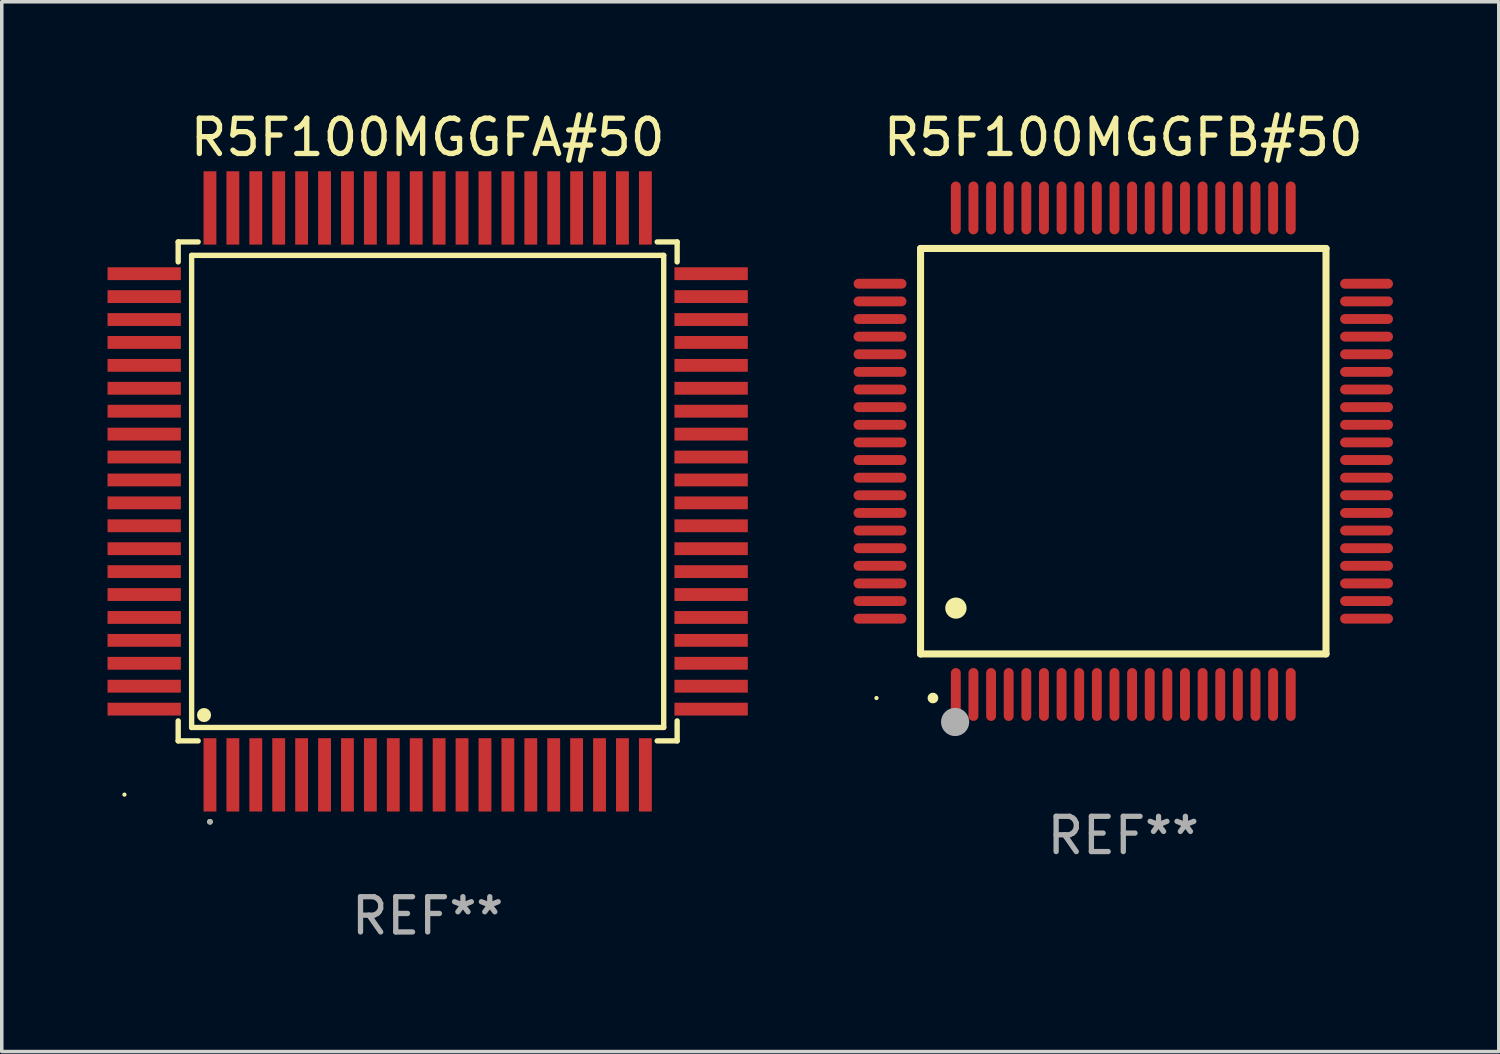
<source format=kicad_pcb>
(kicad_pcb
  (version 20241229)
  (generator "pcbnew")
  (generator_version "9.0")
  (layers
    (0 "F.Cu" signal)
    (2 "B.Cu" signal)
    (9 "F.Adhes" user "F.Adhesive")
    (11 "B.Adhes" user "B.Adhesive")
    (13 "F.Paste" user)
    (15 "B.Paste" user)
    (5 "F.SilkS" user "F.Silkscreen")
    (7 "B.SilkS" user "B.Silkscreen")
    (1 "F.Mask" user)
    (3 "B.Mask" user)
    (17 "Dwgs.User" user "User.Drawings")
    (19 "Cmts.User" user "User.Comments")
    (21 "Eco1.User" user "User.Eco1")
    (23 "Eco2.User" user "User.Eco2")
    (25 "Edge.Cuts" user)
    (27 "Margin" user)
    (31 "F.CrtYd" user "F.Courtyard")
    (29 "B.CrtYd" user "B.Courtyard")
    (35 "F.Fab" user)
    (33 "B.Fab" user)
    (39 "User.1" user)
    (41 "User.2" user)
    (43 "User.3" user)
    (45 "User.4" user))
  (footprint "R5F100MGGFB#50"
    (layer "F.Cu")
    (at 28.81 9.748)
    (property "Reference" "R5F100MGGFB#50" (at 0 -8.9 0) (layer "F.SilkS") (effects (font (size 1 1) (thickness 0.15))))
    (attr through_hole)
    (fp_line (start -5.75 -5.75) (end 5.75 -5.75) (stroke (width 0.2) (type solid)) (layer "F.SilkS"))
    (fp_line (start -5.75 5.75) (end -5.75 -5.75) (stroke (width 0.2) (type solid)) (layer "F.SilkS"))
    (fp_line (start 5.75 -5.75) (end 5.75 5.75) (stroke (width 0.2) (type solid)) (layer "F.SilkS"))
    (fp_line (start 5.75 5.75) (end -5.75 5.75) (stroke (width 0.2) (type solid)) (layer "F.SilkS"))
    (fp_arc (start -5.400051 7.000254) (mid -5.398781 7.000249) (end -5.397511 7.000254) (stroke (width 0.3) (type solid)) (layer "F.SilkS"))
    (fp_arc (start -4.749809 4.450089) (mid -4.747269 4.450078) (end -4.744729 4.450089) (stroke (width 0.6) (type solid)) (layer "F.SilkS"))
    (fp_circle (center -7 7) (end -6.97 7) (stroke (width 0.06) (type solid)) (fill no) (layer "F.SilkS"))
    (fp_circle (center -4.77 7.68) (end -4.57 7.68) (stroke (width 0.4) (type solid)) (fill no) (layer "F.Fab"))
    (fp_text user "REF**" (at 0 10.9 0) (layer "F.Fab") (effects (font (size 1 1) (thickness 0.15))))
    (pad "1" smd oval (at -4.75 6.9) (size 0.28 1.5) (layers "F.Cu" "F.Mask" "F.Paste"))
    (pad "2" smd oval (at -4.25 6.9) (size 0.28 1.5) (layers "F.Cu" "F.Mask" "F.Paste"))
    (pad "3" smd oval (at -3.75 6.9) (size 0.28 1.5) (layers "F.Cu" "F.Mask" "F.Paste"))
    (pad "4" smd oval (at -3.25 6.9) (size 0.28 1.5) (layers "F.Cu" "F.Mask" "F.Paste"))
    (pad "5" smd oval (at -2.75 6.9) (size 0.28 1.5) (layers "F.Cu" "F.Mask" "F.Paste"))
    (pad "6" smd oval (at -2.25 6.9) (size 0.28 1.5) (layers "F.Cu" "F.Mask" "F.Paste"))
    (pad "7" smd oval (at -1.75 6.9) (size 0.28 1.5) (layers "F.Cu" "F.Mask" "F.Paste"))
    (pad "8" smd oval (at -1.25 6.9) (size 0.28 1.5) (layers "F.Cu" "F.Mask" "F.Paste"))
    (pad "9" smd oval (at -0.75 6.9) (size 0.28 1.5) (layers "F.Cu" "F.Mask" "F.Paste"))
    (pad "10" smd oval (at -0.25 6.9) (size 0.28 1.5) (layers "F.Cu" "F.Mask" "F.Paste"))
    (pad "11" smd oval (at 0.25 6.9) (size 0.28 1.5) (layers "F.Cu" "F.Mask" "F.Paste"))
    (pad "12" smd oval (at 0.75 6.9) (size 0.28 1.5) (layers "F.Cu" "F.Mask" "F.Paste"))
    (pad "13" smd oval (at 1.25 6.9) (size 0.28 1.5) (layers "F.Cu" "F.Mask" "F.Paste"))
    (pad "14" smd oval (at 1.75 6.9) (size 0.28 1.5) (layers "F.Cu" "F.Mask" "F.Paste"))
    (pad "15" smd oval (at 2.25 6.9) (size 0.28 1.5) (layers "F.Cu" "F.Mask" "F.Paste"))
    (pad "16" smd oval (at 2.75 6.9) (size 0.28 1.5) (layers "F.Cu" "F.Mask" "F.Paste"))
    (pad "17" smd oval (at 3.25 6.9) (size 0.28 1.5) (layers "F.Cu" "F.Mask" "F.Paste"))
    (pad "18" smd oval (at 3.75 6.9) (size 0.28 1.5) (layers "F.Cu" "F.Mask" "F.Paste"))
    (pad "19" smd oval (at 4.25 6.9) (size 0.28 1.5) (layers "F.Cu" "F.Mask" "F.Paste"))
    (pad "20" smd oval (at 4.75 6.9) (size 0.28 1.5) (layers "F.Cu" "F.Mask" "F.Paste"))
    (pad "21" smd oval (at 6.9 4.75) (size 1.5 0.28) (layers "F.Cu" "F.Mask" "F.Paste"))
    (pad "22" smd oval (at 6.9 4.25) (size 1.5 0.28) (layers "F.Cu" "F.Mask" "F.Paste"))
    (pad "23" smd oval (at 6.9 3.75) (size 1.5 0.28) (layers "F.Cu" "F.Mask" "F.Paste"))
    (pad "24" smd oval (at 6.9 3.25) (size 1.5 0.28) (layers "F.Cu" "F.Mask" "F.Paste"))
    (pad "25" smd oval (at 6.9 2.75) (size 1.5 0.28) (layers "F.Cu" "F.Mask" "F.Paste"))
    (pad "26" smd oval (at 6.9 2.25) (size 1.5 0.28) (layers "F.Cu" "F.Mask" "F.Paste"))
    (pad "27" smd oval (at 6.9 1.75) (size 1.5 0.28) (layers "F.Cu" "F.Mask" "F.Paste"))
    (pad "28" smd oval (at 6.9 1.25) (size 1.5 0.28) (layers "F.Cu" "F.Mask" "F.Paste"))
    (pad "29" smd oval (at 6.9 0.75) (size 1.5 0.28) (layers "F.Cu" "F.Mask" "F.Paste"))
    (pad "30" smd oval (at 6.9 0.25) (size 1.5 0.28) (layers "F.Cu" "F.Mask" "F.Paste"))
    (pad "31" smd oval (at 6.9 -0.25) (size 1.5 0.28) (layers "F.Cu" "F.Mask" "F.Paste"))
    (pad "32" smd oval (at 6.9 -0.75) (size 1.5 0.28) (layers "F.Cu" "F.Mask" "F.Paste"))
    (pad "33" smd oval (at 6.9 -1.25) (size 1.5 0.28) (layers "F.Cu" "F.Mask" "F.Paste"))
    (pad "34" smd oval (at 6.9 -1.75) (size 1.5 0.28) (layers "F.Cu" "F.Mask" "F.Paste"))
    (pad "35" smd oval (at 6.9 -2.25) (size 1.5 0.28) (layers "F.Cu" "F.Mask" "F.Paste"))
    (pad "36" smd oval (at 6.9 -2.75) (size 1.5 0.28) (layers "F.Cu" "F.Mask" "F.Paste"))
    (pad "37" smd oval (at 6.9 -3.25) (size 1.5 0.28) (layers "F.Cu" "F.Mask" "F.Paste"))
    (pad "38" smd oval (at 6.9 -3.75) (size 1.5 0.28) (layers "F.Cu" "F.Mask" "F.Paste"))
    (pad "39" smd oval (at 6.9 -4.25) (size 1.5 0.28) (layers "F.Cu" "F.Mask" "F.Paste"))
    (pad "40" smd oval (at 6.9 -4.75) (size 1.5 0.28) (layers "F.Cu" "F.Mask" "F.Paste"))
    (pad "41" smd oval (at 4.75 -6.9) (size 0.28 1.5) (layers "F.Cu" "F.Mask" "F.Paste"))
    (pad "42" smd oval (at 4.25 -6.9) (size 0.28 1.5) (layers "F.Cu" "F.Mask" "F.Paste"))
    (pad "43" smd oval (at 3.75 -6.9) (size 0.28 1.5) (layers "F.Cu" "F.Mask" "F.Paste"))
    (pad "44" smd oval (at 3.25 -6.9) (size 0.28 1.5) (layers "F.Cu" "F.Mask" "F.Paste"))
    (pad "45" smd oval (at 2.75 -6.9) (size 0.28 1.5) (layers "F.Cu" "F.Mask" "F.Paste"))
    (pad "46" smd oval (at 2.25 -6.9) (size 0.28 1.5) (layers "F.Cu" "F.Mask" "F.Paste"))
    (pad "47" smd oval (at 1.75 -6.9) (size 0.28 1.5) (layers "F.Cu" "F.Mask" "F.Paste"))
    (pad "48" smd oval (at 1.25 -6.9) (size 0.28 1.5) (layers "F.Cu" "F.Mask" "F.Paste"))
    (pad "49" smd oval (at 0.75 -6.9) (size 0.28 1.5) (layers "F.Cu" "F.Mask" "F.Paste"))
    (pad "50" smd oval (at 0.25 -6.9) (size 0.28 1.5) (layers "F.Cu" "F.Mask" "F.Paste"))
    (pad "51" smd oval (at -0.25 -6.9) (size 0.28 1.5) (layers "F.Cu" "F.Mask" "F.Paste"))
    (pad "52" smd oval (at -0.75 -6.9) (size 0.28 1.5) (layers "F.Cu" "F.Mask" "F.Paste"))
    (pad "53" smd oval (at -1.25 -6.9) (size 0.28 1.5) (layers "F.Cu" "F.Mask" "F.Paste"))
    (pad "54" smd oval (at -1.75 -6.9) (size 0.28 1.5) (layers "F.Cu" "F.Mask" "F.Paste"))
    (pad "55" smd oval (at -2.25 -6.9) (size 0.28 1.5) (layers "F.Cu" "F.Mask" "F.Paste"))
    (pad "56" smd oval (at -2.75 -6.9) (size 0.28 1.5) (layers "F.Cu" "F.Mask" "F.Paste"))
    (pad "57" smd oval (at -3.25 -6.9) (size 0.28 1.5) (layers "F.Cu" "F.Mask" "F.Paste"))
    (pad "58" smd oval (at -3.75 -6.9) (size 0.28 1.5) (layers "F.Cu" "F.Mask" "F.Paste"))
    (pad "59" smd oval (at -4.25 -6.9) (size 0.28 1.5) (layers "F.Cu" "F.Mask" "F.Paste"))
    (pad "60" smd oval (at -4.75 -6.9) (size 0.28 1.5) (layers "F.Cu" "F.Mask" "F.Paste"))
    (pad "61" smd oval (at -6.9 -4.75) (size 1.5 0.28) (layers "F.Cu" "F.Mask" "F.Paste"))
    (pad "62" smd oval (at -6.9 -4.25) (size 1.5 0.28) (layers "F.Cu" "F.Mask" "F.Paste"))
    (pad "63" smd oval (at -6.9 -3.75) (size 1.5 0.28) (layers "F.Cu" "F.Mask" "F.Paste"))
    (pad "64" smd oval (at -6.9 -3.25) (size 1.5 0.28) (layers "F.Cu" "F.Mask" "F.Paste"))
    (pad "65" smd oval (at -6.9 -2.75) (size 1.5 0.28) (layers "F.Cu" "F.Mask" "F.Paste"))
    (pad "66" smd oval (at -6.9 -2.25) (size 1.5 0.28) (layers "F.Cu" "F.Mask" "F.Paste"))
    (pad "67" smd oval (at -6.9 -1.75) (size 1.5 0.28) (layers "F.Cu" "F.Mask" "F.Paste"))
    (pad "68" smd oval (at -6.9 -1.25) (size 1.5 0.28) (layers "F.Cu" "F.Mask" "F.Paste"))
    (pad "69" smd oval (at -6.9 -0.75) (size 1.5 0.28) (layers "F.Cu" "F.Mask" "F.Paste"))
    (pad "70" smd oval (at -6.9 -0.25) (size 1.5 0.28) (layers "F.Cu" "F.Mask" "F.Paste"))
    (pad "71" smd oval (at -6.9 0.25) (size 1.5 0.28) (layers "F.Cu" "F.Mask" "F.Paste"))
    (pad "72" smd oval (at -6.9 0.75) (size 1.5 0.28) (layers "F.Cu" "F.Mask" "F.Paste"))
    (pad "73" smd oval (at -6.9 1.25) (size 1.5 0.28) (layers "F.Cu" "F.Mask" "F.Paste"))
    (pad "74" smd oval (at -6.9 1.75) (size 1.5 0.28) (layers "F.Cu" "F.Mask" "F.Paste"))
    (pad "75" smd oval (at -6.9 2.25) (size 1.5 0.28) (layers "F.Cu" "F.Mask" "F.Paste"))
    (pad "76" smd oval (at -6.9 2.75) (size 1.5 0.28) (layers "F.Cu" "F.Mask" "F.Paste"))
    (pad "77" smd oval (at -6.9 3.25) (size 1.5 0.28) (layers "F.Cu" "F.Mask" "F.Paste"))
    (pad "78" smd oval (at -6.9 3.75) (size 1.5 0.28) (layers "F.Cu" "F.Mask" "F.Paste"))
    (pad "79" smd oval (at -6.9 4.25) (size 1.5 0.28) (layers "F.Cu" "F.Mask" "F.Paste"))
    (pad "80" smd oval (at -6.9 4.75) (size 1.5 0.28) (layers "F.Cu" "F.Mask" "F.Paste")))
  (footprint "R5F100MGGFA#50"
    (layer "F.Cu")
    (at 9.08 10.888)
    (property "Reference" "R5F100MGGFA#50" (at 0 -10.04 0) (layer "F.SilkS") (effects (font (size 1 1) (thickness 0.15))))
    (attr through_hole)
    (fp_line (start -7.076 -7.076) (end -7.076 -6.509) (stroke (width 0.152) (type solid)) (layer "F.SilkS"))
    (fp_line (start -7.076 7.076) (end -7.076 6.509) (stroke (width 0.152) (type solid)) (layer "F.SilkS"))
    (fp_line (start -6.695 -6.695) (end 6.695 -6.695) (stroke (width 0.152) (type solid)) (layer "F.SilkS"))
    (fp_line (start -6.695 6.695) (end -6.695 -6.695) (stroke (width 0.152) (type solid)) (layer "F.SilkS"))
    (fp_line (start -6.509 -7.076) (end -7.076 -7.076) (stroke (width 0.152) (type solid)) (layer "F.SilkS"))
    (fp_line (start -6.509 7.076) (end -7.076 7.076) (stroke (width 0.152) (type solid)) (layer "F.SilkS"))
    (fp_line (start 6.509 -7.076) (end 7.076 -7.076) (stroke (width 0.152) (type solid)) (layer "F.SilkS"))
    (fp_line (start 6.509 7.076) (end 7.076 7.076) (stroke (width 0.152) (type solid)) (layer "F.SilkS"))
    (fp_line (start 6.695 -6.695) (end 6.695 6.695) (stroke (width 0.152) (type solid)) (layer "F.SilkS"))
    (fp_line (start 6.695 6.695) (end -6.695 6.695) (stroke (width 0.152) (type solid)) (layer "F.SilkS"))
    (fp_line (start 7.076 -7.076) (end 7.076 -6.509) (stroke (width 0.152) (type solid)) (layer "F.SilkS"))
    (fp_line (start 7.076 7.076) (end 7.076 6.509) (stroke (width 0.152) (type solid)) (layer "F.SilkS"))
    (fp_circle (center -8.6 8.6) (end -8.57 8.6) (stroke (width 0.06) (type solid)) (fill no) (layer "F.SilkS"))
    (fp_circle (center -6.343 6.343) (end -6.243 6.343) (stroke (width 0.2) (type solid)) (fill no) (layer "F.SilkS"))
    (fp_circle (center -6.175 9.371) (end -6.135 9.371) (stroke (width 0.08) (type solid)) (fill no) (layer "F.SilkS"))
    (fp_circle (center -6.175 9.371) (end -6.135 9.371) (stroke (width 0.08) (type solid)) (fill no) (layer "F.Fab"))
    (fp_text user "REF**" (at 0 12.04 0) (layer "F.Fab") (effects (font (size 1 1) (thickness 0.15))))
    (pad "1" smd rect (at -6.175 8.04) (size 0.364 2.08) (layers "F.Cu" "F.Mask" "F.Paste"))
    (pad "2" smd rect (at -5.525 8.04) (size 0.364 2.08) (layers "F.Cu" "F.Mask" "F.Paste"))
    (pad "3" smd rect (at -4.875 8.04) (size 0.364 2.08) (layers "F.Cu" "F.Mask" "F.Paste"))
    (pad "4" smd rect (at -4.225 8.04) (size 0.364 2.08) (layers "F.Cu" "F.Mask" "F.Paste"))
    (pad "5" smd rect (at -3.575 8.04) (size 0.364 2.08) (layers "F.Cu" "F.Mask" "F.Paste"))
    (pad "6" smd rect (at -2.925 8.04) (size 0.364 2.08) (layers "F.Cu" "F.Mask" "F.Paste"))
    (pad "7" smd rect (at -2.275 8.04) (size 0.364 2.08) (layers "F.Cu" "F.Mask" "F.Paste"))
    (pad "8" smd rect (at -1.625 8.04) (size 0.364 2.08) (layers "F.Cu" "F.Mask" "F.Paste"))
    (pad "9" smd rect (at -0.975 8.04) (size 0.364 2.08) (layers "F.Cu" "F.Mask" "F.Paste"))
    (pad "10" smd rect (at -0.325 8.04) (size 0.364 2.08) (layers "F.Cu" "F.Mask" "F.Paste"))
    (pad "11" smd rect (at 0.325 8.04) (size 0.364 2.08) (layers "F.Cu" "F.Mask" "F.Paste"))
    (pad "12" smd rect (at 0.975 8.04) (size 0.364 2.08) (layers "F.Cu" "F.Mask" "F.Paste"))
    (pad "13" smd rect (at 1.625 8.04) (size 0.364 2.08) (layers "F.Cu" "F.Mask" "F.Paste"))
    (pad "14" smd rect (at 2.275 8.04) (size 0.364 2.08) (layers "F.Cu" "F.Mask" "F.Paste"))
    (pad "15" smd rect (at 2.925 8.04) (size 0.364 2.08) (layers "F.Cu" "F.Mask" "F.Paste"))
    (pad "16" smd rect (at 3.575 8.04) (size 0.364 2.08) (layers "F.Cu" "F.Mask" "F.Paste"))
    (pad "17" smd rect (at 4.225 8.04) (size 0.364 2.08) (layers "F.Cu" "F.Mask" "F.Paste"))
    (pad "18" smd rect (at 4.875 8.04) (size 0.364 2.08) (layers "F.Cu" "F.Mask" "F.Paste"))
    (pad "19" smd rect (at 5.525 8.04) (size 0.364 2.08) (layers "F.Cu" "F.Mask" "F.Paste"))
    (pad "20" smd rect (at 6.175 8.04) (size 0.364 2.08) (layers "F.Cu" "F.Mask" "F.Paste"))
    (pad "21" smd rect (at 8.04 6.175) (size 2.08 0.364) (layers "F.Cu" "F.Mask" "F.Paste"))
    (pad "22" smd rect (at 8.04 5.525) (size 2.08 0.364) (layers "F.Cu" "F.Mask" "F.Paste"))
    (pad "23" smd rect (at 8.04 4.875) (size 2.08 0.364) (layers "F.Cu" "F.Mask" "F.Paste"))
    (pad "24" smd rect (at 8.04 4.225) (size 2.08 0.364) (layers "F.Cu" "F.Mask" "F.Paste"))
    (pad "25" smd rect (at 8.04 3.575) (size 2.08 0.364) (layers "F.Cu" "F.Mask" "F.Paste"))
    (pad "26" smd rect (at 8.04 2.925) (size 2.08 0.364) (layers "F.Cu" "F.Mask" "F.Paste"))
    (pad "27" smd rect (at 8.04 2.275) (size 2.08 0.364) (layers "F.Cu" "F.Mask" "F.Paste"))
    (pad "28" smd rect (at 8.04 1.625) (size 2.08 0.364) (layers "F.Cu" "F.Mask" "F.Paste"))
    (pad "29" smd rect (at 8.04 0.975) (size 2.08 0.364) (layers "F.Cu" "F.Mask" "F.Paste"))
    (pad "30" smd rect (at 8.04 0.325) (size 2.08 0.364) (layers "F.Cu" "F.Mask" "F.Paste"))
    (pad "31" smd rect (at 8.04 -0.325) (size 2.08 0.364) (layers "F.Cu" "F.Mask" "F.Paste"))
    (pad "32" smd rect (at 8.04 -0.975) (size 2.08 0.364) (layers "F.Cu" "F.Mask" "F.Paste"))
    (pad "33" smd rect (at 8.04 -1.625) (size 2.08 0.364) (layers "F.Cu" "F.Mask" "F.Paste"))
    (pad "34" smd rect (at 8.04 -2.275) (size 2.08 0.364) (layers "F.Cu" "F.Mask" "F.Paste"))
    (pad "35" smd rect (at 8.04 -2.925) (size 2.08 0.364) (layers "F.Cu" "F.Mask" "F.Paste"))
    (pad "36" smd rect (at 8.04 -3.575) (size 2.08 0.364) (layers "F.Cu" "F.Mask" "F.Paste"))
    (pad "37" smd rect (at 8.04 -4.225) (size 2.08 0.364) (layers "F.Cu" "F.Mask" "F.Paste"))
    (pad "38" smd rect (at 8.04 -4.875) (size 2.08 0.364) (layers "F.Cu" "F.Mask" "F.Paste"))
    (pad "39" smd rect (at 8.04 -5.525) (size 2.08 0.364) (layers "F.Cu" "F.Mask" "F.Paste"))
    (pad "40" smd rect (at 8.04 -6.175) (size 2.08 0.364) (layers "F.Cu" "F.Mask" "F.Paste"))
    (pad "41" smd rect (at 6.175 -8.04) (size 0.364 2.08) (layers "F.Cu" "F.Mask" "F.Paste"))
    (pad "42" smd rect (at 5.525 -8.04) (size 0.364 2.08) (layers "F.Cu" "F.Mask" "F.Paste"))
    (pad "43" smd rect (at 4.875 -8.04) (size 0.364 2.08) (layers "F.Cu" "F.Mask" "F.Paste"))
    (pad "44" smd rect (at 4.225 -8.04) (size 0.364 2.08) (layers "F.Cu" "F.Mask" "F.Paste"))
    (pad "45" smd rect (at 3.575 -8.04) (size 0.364 2.08) (layers "F.Cu" "F.Mask" "F.Paste"))
    (pad "46" smd rect (at 2.925 -8.04) (size 0.364 2.08) (layers "F.Cu" "F.Mask" "F.Paste"))
    (pad "47" smd rect (at 2.275 -8.04) (size 0.364 2.08) (layers "F.Cu" "F.Mask" "F.Paste"))
    (pad "48" smd rect (at 1.625 -8.04) (size 0.364 2.08) (layers "F.Cu" "F.Mask" "F.Paste"))
    (pad "49" smd rect (at 0.975 -8.04) (size 0.364 2.08) (layers "F.Cu" "F.Mask" "F.Paste"))
    (pad "50" smd rect (at 0.325 -8.04) (size 0.364 2.08) (layers "F.Cu" "F.Mask" "F.Paste"))
    (pad "51" smd rect (at -0.325 -8.04) (size 0.364 2.08) (layers "F.Cu" "F.Mask" "F.Paste"))
    (pad "52" smd rect (at -0.975 -8.04) (size 0.364 2.08) (layers "F.Cu" "F.Mask" "F.Paste"))
    (pad "53" smd rect (at -1.625 -8.04) (size 0.364 2.08) (layers "F.Cu" "F.Mask" "F.Paste"))
    (pad "54" smd rect (at -2.275 -8.04) (size 0.364 2.08) (layers "F.Cu" "F.Mask" "F.Paste"))
    (pad "55" smd rect (at -2.925 -8.04) (size 0.364 2.08) (layers "F.Cu" "F.Mask" "F.Paste"))
    (pad "56" smd rect (at -3.575 -8.04) (size 0.364 2.08) (layers "F.Cu" "F.Mask" "F.Paste"))
    (pad "57" smd rect (at -4.225 -8.04) (size 0.364 2.08) (layers "F.Cu" "F.Mask" "F.Paste"))
    (pad "58" smd rect (at -4.875 -8.04) (size 0.364 2.08) (layers "F.Cu" "F.Mask" "F.Paste"))
    (pad "59" smd rect (at -5.525 -8.04) (size 0.364 2.08) (layers "F.Cu" "F.Mask" "F.Paste"))
    (pad "60" smd rect (at -6.175 -8.04) (size 0.364 2.08) (layers "F.Cu" "F.Mask" "F.Paste"))
    (pad "61" smd rect (at -8.04 -6.175) (size 2.08 0.364) (layers "F.Cu" "F.Mask" "F.Paste"))
    (pad "62" smd rect (at -8.04 -5.525) (size 2.08 0.364) (layers "F.Cu" "F.Mask" "F.Paste"))
    (pad "63" smd rect (at -8.04 -4.875) (size 2.08 0.364) (layers "F.Cu" "F.Mask" "F.Paste"))
    (pad "64" smd rect (at -8.04 -4.225) (size 2.08 0.364) (layers "F.Cu" "F.Mask" "F.Paste"))
    (pad "65" smd rect (at -8.04 -3.575) (size 2.08 0.364) (layers "F.Cu" "F.Mask" "F.Paste"))
    (pad "66" smd rect (at -8.04 -2.925) (size 2.08 0.364) (layers "F.Cu" "F.Mask" "F.Paste"))
    (pad "67" smd rect (at -8.04 -2.275) (size 2.08 0.364) (layers "F.Cu" "F.Mask" "F.Paste"))
    (pad "68" smd rect (at -8.04 -1.625) (size 2.08 0.364) (layers "F.Cu" "F.Mask" "F.Paste"))
    (pad "69" smd rect (at -8.04 -0.975) (size 2.08 0.364) (layers "F.Cu" "F.Mask" "F.Paste"))
    (pad "70" smd rect (at -8.04 -0.325) (size 2.08 0.364) (layers "F.Cu" "F.Mask" "F.Paste"))
    (pad "71" smd rect (at -8.04 0.325) (size 2.08 0.364) (layers "F.Cu" "F.Mask" "F.Paste"))
    (pad "72" smd rect (at -8.04 0.975) (size 2.08 0.364) (layers "F.Cu" "F.Mask" "F.Paste"))
    (pad "73" smd rect (at -8.04 1.625) (size 2.08 0.364) (layers "F.Cu" "F.Mask" "F.Paste"))
    (pad "74" smd rect (at -8.04 2.275) (size 2.08 0.364) (layers "F.Cu" "F.Mask" "F.Paste"))
    (pad "75" smd rect (at -8.04 2.925) (size 2.08 0.364) (layers "F.Cu" "F.Mask" "F.Paste"))
    (pad "76" smd rect (at -8.04 3.575) (size 2.08 0.364) (layers "F.Cu" "F.Mask" "F.Paste"))
    (pad "77" smd rect (at -8.04 4.225) (size 2.08 0.364) (layers "F.Cu" "F.Mask" "F.Paste"))
    (pad "78" smd rect (at -8.04 4.875) (size 2.08 0.364) (layers "F.Cu" "F.Mask" "F.Paste"))
    (pad "79" smd rect (at -8.04 5.525) (size 2.08 0.364) (layers "F.Cu" "F.Mask" "F.Paste"))
    (pad "80" smd rect (at -8.04 6.175) (size 2.08 0.364) (layers "F.Cu" "F.Mask" "F.Paste")))
  (gr_rect
    (start -3 -3)
    (end 39.46 26.776)
    (stroke (width 0.1) (type default))
    (fill no)
    (layer "Edge.Cuts")))
</source>
